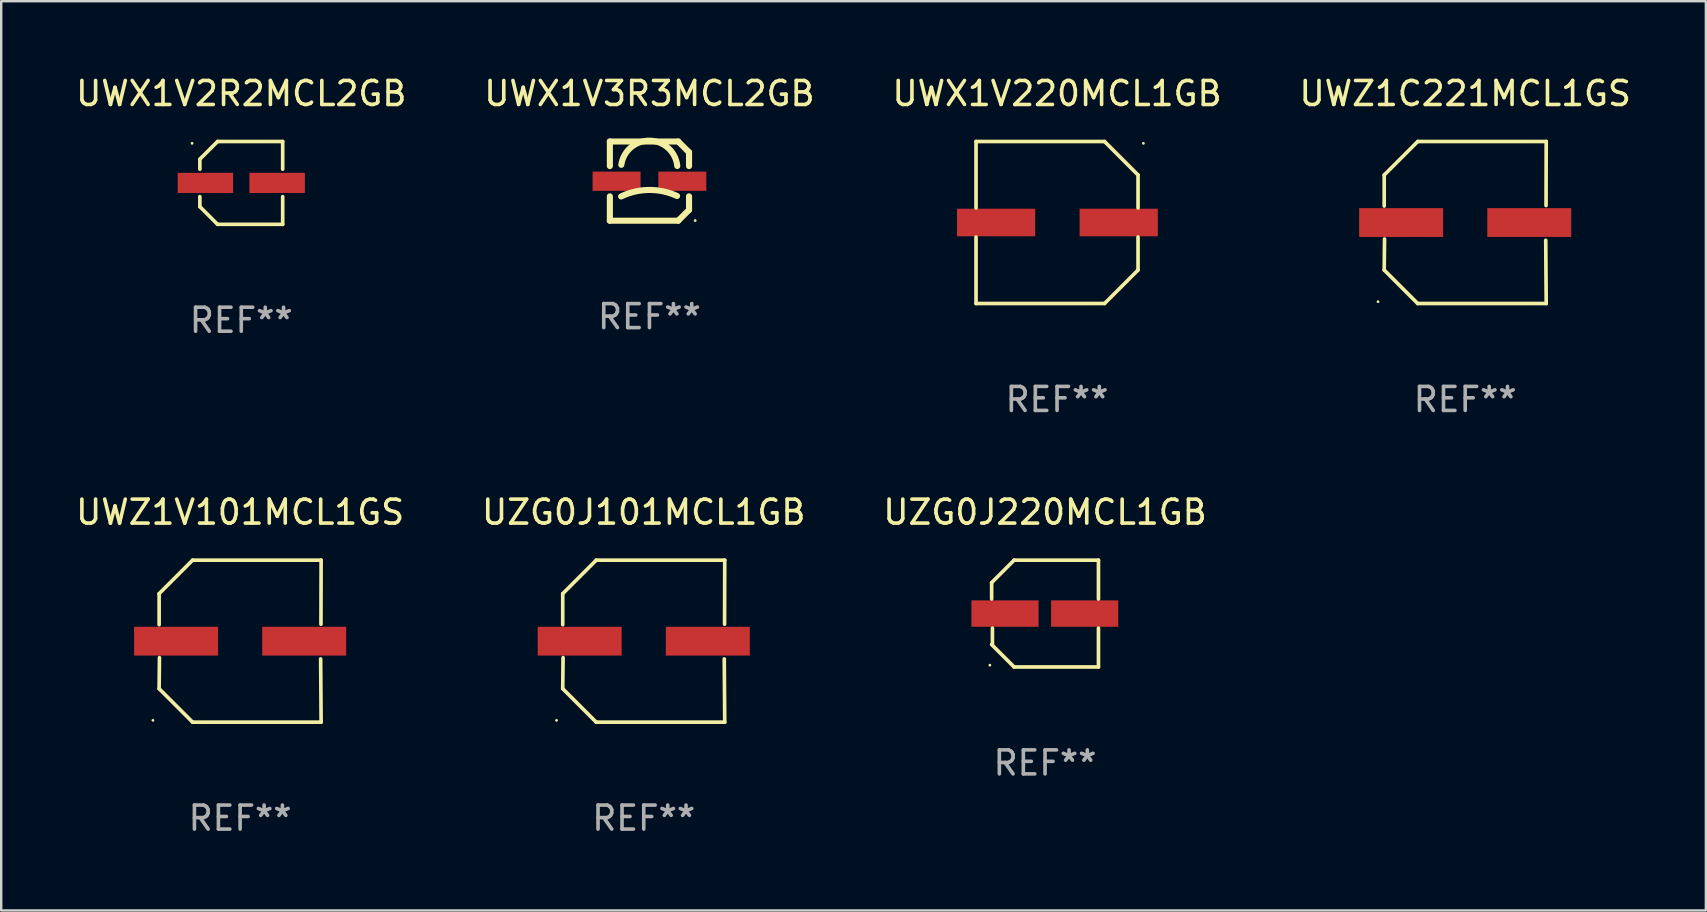
<source format=kicad_pcb>
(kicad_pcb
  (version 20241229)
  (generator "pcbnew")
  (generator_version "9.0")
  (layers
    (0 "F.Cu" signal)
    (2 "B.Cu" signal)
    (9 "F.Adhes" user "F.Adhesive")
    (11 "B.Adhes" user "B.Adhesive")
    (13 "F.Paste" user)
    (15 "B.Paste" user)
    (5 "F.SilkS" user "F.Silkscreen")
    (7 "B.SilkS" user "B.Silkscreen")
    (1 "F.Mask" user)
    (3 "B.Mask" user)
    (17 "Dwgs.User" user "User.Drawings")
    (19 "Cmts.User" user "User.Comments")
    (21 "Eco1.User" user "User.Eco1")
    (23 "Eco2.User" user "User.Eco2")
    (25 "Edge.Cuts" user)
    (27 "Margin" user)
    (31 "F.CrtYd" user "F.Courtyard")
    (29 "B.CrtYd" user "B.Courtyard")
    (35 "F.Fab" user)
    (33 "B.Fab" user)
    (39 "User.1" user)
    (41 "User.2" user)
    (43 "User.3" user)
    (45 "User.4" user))
  (footprint "UZG0J220MCL1GB"
    (layer "F.Cu")
    (at 40.506 22.523)
    (property "Reference" "UZG0J220MCL1GB" (at 0 -4.226 0) (layer "F.SilkS") (effects (font (size 1 1) (thickness 0.15))))
    (attr through_hole)
    (fp_line (start -2.226 -1.29) (end -2.226 -0.607) (stroke (width 0.152) (type solid)) (layer "F.SilkS"))
    (fp_line (start -2.193 1.29) (end -2.193 0.607) (stroke (width 0.152) (type solid)) (layer "F.SilkS"))
    (fp_line (start -1.29 2.226) (end -2.226 1.29) (stroke (width 0.152) (type solid)) (layer "F.SilkS"))
    (fp_line (start -1.29 -2.226) (end -2.226 -1.29) (stroke (width 0.152) (type solid)) (layer "F.SilkS"))
    (fp_line (start 2.226 -2.226) (end -1.29 -2.226) (stroke (width 0.152) (type solid)) (layer "F.SilkS"))
    (fp_line (start 2.226 -0.607) (end 2.226 -2.226) (stroke (width 0.152) (type solid)) (layer "F.SilkS"))
    (fp_line (start 2.226 0.607) (end 2.226 2.226) (stroke (width 0.152) (type solid)) (layer "F.SilkS"))
    (fp_line (start 2.226 2.226) (end -1.29 2.226) (stroke (width 0.152) (type solid)) (layer "F.SilkS"))
    (fp_circle (center -2.3 2.15) (end -2.27 2.15) (stroke (width 0.06) (type solid)) (fill no) (layer "F.SilkS"))
    (fp_text user "REF**" (at 0 6.226 0) (layer "F.Fab") (effects (font (size 1 1) (thickness 0.15))))
    (pad "1" smd rect (at -1.67 -0.000025) (size 2.8 1.1) (layers "F.Cu" "F.Mask" "F.Paste"))
    (pad "2" smd rect (at 1.651 -0.000025) (size 2.8 1.1) (layers "F.Cu" "F.Mask" "F.Paste")))
  (footprint "UWZ1C221MCL1GS"
    (layer "F.Cu")
    (at 58.018 6.224)
    (property "Reference" "UWZ1C221MCL1GS" (at 0 -5.376 0) (layer "F.SilkS") (effects (font (size 1 1) (thickness 0.15))))
    (attr through_hole)
    (fp_line (start -3.376 -1.98) (end -3.376 -0.686) (stroke (width 0.152) (type solid)) (layer "F.SilkS"))
    (fp_line (start -3.376 1.981) (end -3.362 0.686) (stroke (width 0.152) (type solid)) (layer "F.SilkS"))
    (fp_line (start -1.981 3.376) (end -3.376 1.981) (stroke (width 0.152) (type solid)) (layer "F.SilkS"))
    (fp_line (start -1.98 -3.376) (end -3.376 -1.98) (stroke (width 0.152) (type solid)) (layer "F.SilkS"))
    (fp_line (start 3.356 0.74) (end 3.376 3.376) (stroke (width 0.152) (type solid)) (layer "F.SilkS"))
    (fp_line (start 3.369 -0.707) (end 3.376 -3.376) (stroke (width 0.152) (type solid)) (layer "F.SilkS"))
    (fp_line (start 3.376 3.376) (end -1.981 3.376) (stroke (width 0.152) (type solid)) (layer "F.SilkS"))
    (fp_line (start 3.376 -3.376) (end -1.98 -3.376) (stroke (width 0.152) (type solid)) (layer "F.SilkS"))
    (fp_circle (center -3.634 3.3) (end -3.604 3.3) (stroke (width 0.06) (type solid)) (fill no) (layer "F.SilkS"))
    (fp_text user "REF**" (at 0 7.376 0) (layer "F.Fab") (effects (font (size 1 1) (thickness 0.15))))
    (pad "1" smd rect (at -2.67 0.000254) (size 3.5 1.2) (layers "F.Cu" "F.Mask" "F.Paste"))
    (pad "2" smd rect (at 2.67 0.000254) (size 3.5 1.2) (layers "F.Cu" "F.Mask" "F.Paste")))
  (footprint "UWX1V220MCL1GB"
    (layer "F.Cu")
    (at 41.006 6.224)
    (property "Reference" "UWX1V220MCL1GB" (at 0 -5.376 0) (layer "F.SilkS") (effects (font (size 1 1) (thickness 0.15))))
    (attr through_hole)
    (fp_line (start -3.376 -3.376) (end 1.98 -3.376) (stroke (width 0.152) (type solid)) (layer "F.SilkS"))
    (fp_line (start -3.376 -0.607) (end -3.376 -3.376) (stroke (width 0.152) (type solid)) (layer "F.SilkS"))
    (fp_line (start -3.376 0.607) (end -3.376 3.376) (stroke (width 0.152) (type solid)) (layer "F.SilkS"))
    (fp_line (start -3.376 3.376) (end 1.98 3.376) (stroke (width 0.152) (type solid)) (layer "F.SilkS"))
    (fp_line (start 1.98 -3.376) (end 3.376 -1.98) (stroke (width 0.152) (type solid)) (layer "F.SilkS"))
    (fp_line (start 1.98 3.376) (end 3.376 1.98) (stroke (width 0.152) (type solid)) (layer "F.SilkS"))
    (fp_line (start 3.376 -1.98) (end 3.376 -0.607) (stroke (width 0.152) (type solid)) (layer "F.SilkS"))
    (fp_line (start 3.376 1.98) (end 3.376 0.607) (stroke (width 0.152) (type solid)) (layer "F.SilkS"))
    (fp_circle (center 3.6 -3.3) (end 3.63 -3.3) (stroke (width 0.06) (type solid)) (fill no) (layer "F.SilkS"))
    (fp_text user "REF**" (at 0 7.376 0) (layer "F.Fab") (effects (font (size 1 1) (thickness 0.15))))
    (pad "1" smd rect (at 2.57 0 180) (size 3.26 1.15) (layers "F.Cu" "F.Mask" "F.Paste"))
    (pad "2" smd rect (at -2.54 0 180) (size 3.26 1.15) (layers "F.Cu" "F.Mask" "F.Paste")))
  (footprint "UWX1V3R3MCL2GB"
    (layer "F.Cu")
    (at 24.018 4.498)
    (property "Reference" "UWX1V3R3MCL2GB" (at 0 -3.65 0) (layer "F.SilkS") (effects (font (size 1 1) (thickness 0.15))))
    (attr through_hole)
    (fp_line (start -1.65 -0.626) (end -1.65 -1.65) (stroke (width 0.254) (type solid)) (layer "F.SilkS"))
    (fp_line (start -1.65 1.65) (end -1.65 0.636) (stroke (width 0.254) (type solid)) (layer "F.SilkS"))
    (fp_line (start 1.2 -1.65) (end -1.65 -1.65) (stroke (width 0.254) (type solid)) (layer "F.SilkS"))
    (fp_line (start 1.2 1.65) (end -1.65 1.65) (stroke (width 0.254) (type solid)) (layer "F.SilkS"))
    (fp_line (start 1.65 -1.2) (end 1.2 -1.65) (stroke (width 0.254) (type solid)) (layer "F.SilkS"))
    (fp_line (start 1.65 -1) (end 1.65 -1.2) (stroke (width 0.254) (type solid)) (layer "F.SilkS"))
    (fp_line (start 1.65 -0.626) (end 1.65 -1) (stroke (width 0.254) (type solid)) (layer "F.SilkS"))
    (fp_line (start 1.65 1) (end 1.65 0.636) (stroke (width 0.254) (type solid)) (layer "F.SilkS"))
    (fp_line (start 1.65 1) (end 1.65 1.2) (stroke (width 0.254) (type solid)) (layer "F.SilkS"))
    (fp_line (start 1.65 1.2) (end 1.2 1.65) (stroke (width 0.254) (type solid)) (layer "F.SilkS"))
    (fp_arc (start -1.18001 0.640005) (mid -0.016813 0.368589) (end 1.150775 0.620447) (stroke (width 0.254001) (type solid)) (layer "F.SilkS"))
    (fp_arc (start -1.173279 -0.678359) (mid 0.014717 -1.684674) (end 1.159995 -0.629997) (stroke (width 0.254001) (type solid)) (layer "F.SilkS"))
    (fp_circle (center 1.906 1.645) (end 1.936 1.645) (stroke (width 0.06) (type solid)) (fill no) (layer "F.SilkS"))
    (fp_text user "REF**" (at 0 5.65 0) (layer "F.Fab") (effects (font (size 1 1) (thickness 0.15))))
    (pad "1" smd rect (at 1.37 0.005) (size 2 0.8) (layers "F.Cu" "F.Mask" "F.Paste"))
    (pad "2" smd rect (at -1.37 0.005) (size 2 0.8) (layers "F.Cu" "F.Mask" "F.Paste")))
  (footprint "UZG0J101MCL1GB"
    (layer "F.Cu")
    (at 23.78 23.673)
    (property "Reference" "UZG0J101MCL1GB" (at 0 -5.376 0) (layer "F.SilkS") (effects (font (size 1 1) (thickness 0.15))))
    (attr through_hole)
    (fp_line (start -3.376 -1.98) (end -3.376 -0.686) (stroke (width 0.152) (type solid)) (layer "F.SilkS"))
    (fp_line (start -3.376 1.981) (end -3.362 0.686) (stroke (width 0.152) (type solid)) (layer "F.SilkS"))
    (fp_line (start -1.981 3.376) (end -3.376 1.981) (stroke (width 0.152) (type solid)) (layer "F.SilkS"))
    (fp_line (start -1.98 -3.376) (end -3.376 -1.98) (stroke (width 0.152) (type solid)) (layer "F.SilkS"))
    (fp_line (start 3.356 0.74) (end 3.376 3.376) (stroke (width 0.152) (type solid)) (layer "F.SilkS"))
    (fp_line (start 3.369 -0.707) (end 3.376 -3.376) (stroke (width 0.152) (type solid)) (layer "F.SilkS"))
    (fp_line (start 3.376 3.376) (end -1.981 3.376) (stroke (width 0.152) (type solid)) (layer "F.SilkS"))
    (fp_line (start 3.376 -3.376) (end -1.98 -3.376) (stroke (width 0.152) (type solid)) (layer "F.SilkS"))
    (fp_circle (center -3.634 3.3) (end -3.604 3.3) (stroke (width 0.06) (type solid)) (fill no) (layer "F.SilkS"))
    (fp_text user "REF**" (at 0 7.376 0) (layer "F.Fab") (effects (font (size 1 1) (thickness 0.15))))
    (pad "1" smd rect (at -2.67 0.000254) (size 3.5 1.2) (layers "F.Cu" "F.Mask" "F.Paste"))
    (pad "2" smd rect (at 2.67 0.000254) (size 3.5 1.2) (layers "F.Cu" "F.Mask" "F.Paste")))
  (footprint "UWX1V2R2MCL2GB"
    (layer "F.Cu")
    (at 7.006 4.574)
    (property "Reference" "UWX1V2R2MCL2GB" (at 0 -3.726 0) (layer "F.SilkS") (effects (font (size 1 1) (thickness 0.15))))
    (attr through_hole)
    (fp_line (start -1.726 -0.99) (end -1.726 -0.572) (stroke (width 0.152) (type solid)) (layer "F.SilkS"))
    (fp_line (start -1.726 0.99) (end -1.726 0.572) (stroke (width 0.152) (type solid)) (layer "F.SilkS"))
    (fp_line (start -0.99 -1.726) (end -1.726 -0.99) (stroke (width 0.152) (type solid)) (layer "F.SilkS"))
    (fp_line (start -0.99 1.726) (end -1.726 0.99) (stroke (width 0.152) (type solid)) (layer "F.SilkS"))
    (fp_line (start 1.726 -1.726) (end -0.99 -1.726) (stroke (width 0.152) (type solid)) (layer "F.SilkS"))
    (fp_line (start 1.726 -0.572) (end 1.726 -1.726) (stroke (width 0.152) (type solid)) (layer "F.SilkS"))
    (fp_line (start 1.726 0.572) (end 1.726 1.726) (stroke (width 0.152) (type solid)) (layer "F.SilkS"))
    (fp_line (start 1.726 1.726) (end -0.99 1.726) (stroke (width 0.152) (type solid)) (layer "F.SilkS"))
    (fp_circle (center -2.05 -1.65) (end -2.02 -1.65) (stroke (width 0.06) (type solid)) (fill no) (layer "F.SilkS"))
    (fp_text user "REF**" (at 0 5.726 0) (layer "F.Fab") (effects (font (size 1 1) (thickness 0.15))))
    (pad "1" smd rect (at -1.495 0) (size 2.31 0.84) (layers "F.Cu" "F.Mask" "F.Paste"))
    (pad "2" smd rect (at 1.495 0) (size 2.31 0.84) (layers "F.Cu" "F.Mask" "F.Paste")))
  (footprint "UWZ1V101MCL1GS"
    (layer "F.Cu")
    (at 6.958 23.673)
    (property "Reference" "UWZ1V101MCL1GS" (at 0 -5.376 0) (layer "F.SilkS") (effects (font (size 1 1) (thickness 0.15))))
    (attr through_hole)
    (fp_line (start -3.376 -1.98) (end -3.376 -0.686) (stroke (width 0.152) (type solid)) (layer "F.SilkS"))
    (fp_line (start -3.376 1.981) (end -3.362 0.686) (stroke (width 0.152) (type solid)) (layer "F.SilkS"))
    (fp_line (start -1.981 3.376) (end -3.376 1.981) (stroke (width 0.152) (type solid)) (layer "F.SilkS"))
    (fp_line (start -1.98 -3.376) (end -3.376 -1.98) (stroke (width 0.152) (type solid)) (layer "F.SilkS"))
    (fp_line (start 3.356 0.74) (end 3.376 3.376) (stroke (width 0.152) (type solid)) (layer "F.SilkS"))
    (fp_line (start 3.369 -0.707) (end 3.376 -3.376) (stroke (width 0.152) (type solid)) (layer "F.SilkS"))
    (fp_line (start 3.376 3.376) (end -1.981 3.376) (stroke (width 0.152) (type solid)) (layer "F.SilkS"))
    (fp_line (start 3.376 -3.376) (end -1.98 -3.376) (stroke (width 0.152) (type solid)) (layer "F.SilkS"))
    (fp_circle (center -3.634 3.3) (end -3.604 3.3) (stroke (width 0.06) (type solid)) (fill no) (layer "F.SilkS"))
    (fp_text user "REF**" (at 0 7.376 0) (layer "F.Fab") (effects (font (size 1 1) (thickness 0.15))))
    (pad "1" smd rect (at -2.67 0.000254) (size 3.5 1.2) (layers "F.Cu" "F.Mask" "F.Paste"))
    (pad "2" smd rect (at 2.67 0.000254) (size 3.5 1.2) (layers "F.Cu" "F.Mask" "F.Paste")))
  (gr_rect
    (start -3 -3)
    (end 68.048 34.897)
    (stroke (width 0.1) (type default))
    (fill no)
    (layer "Edge.Cuts")))
</source>
